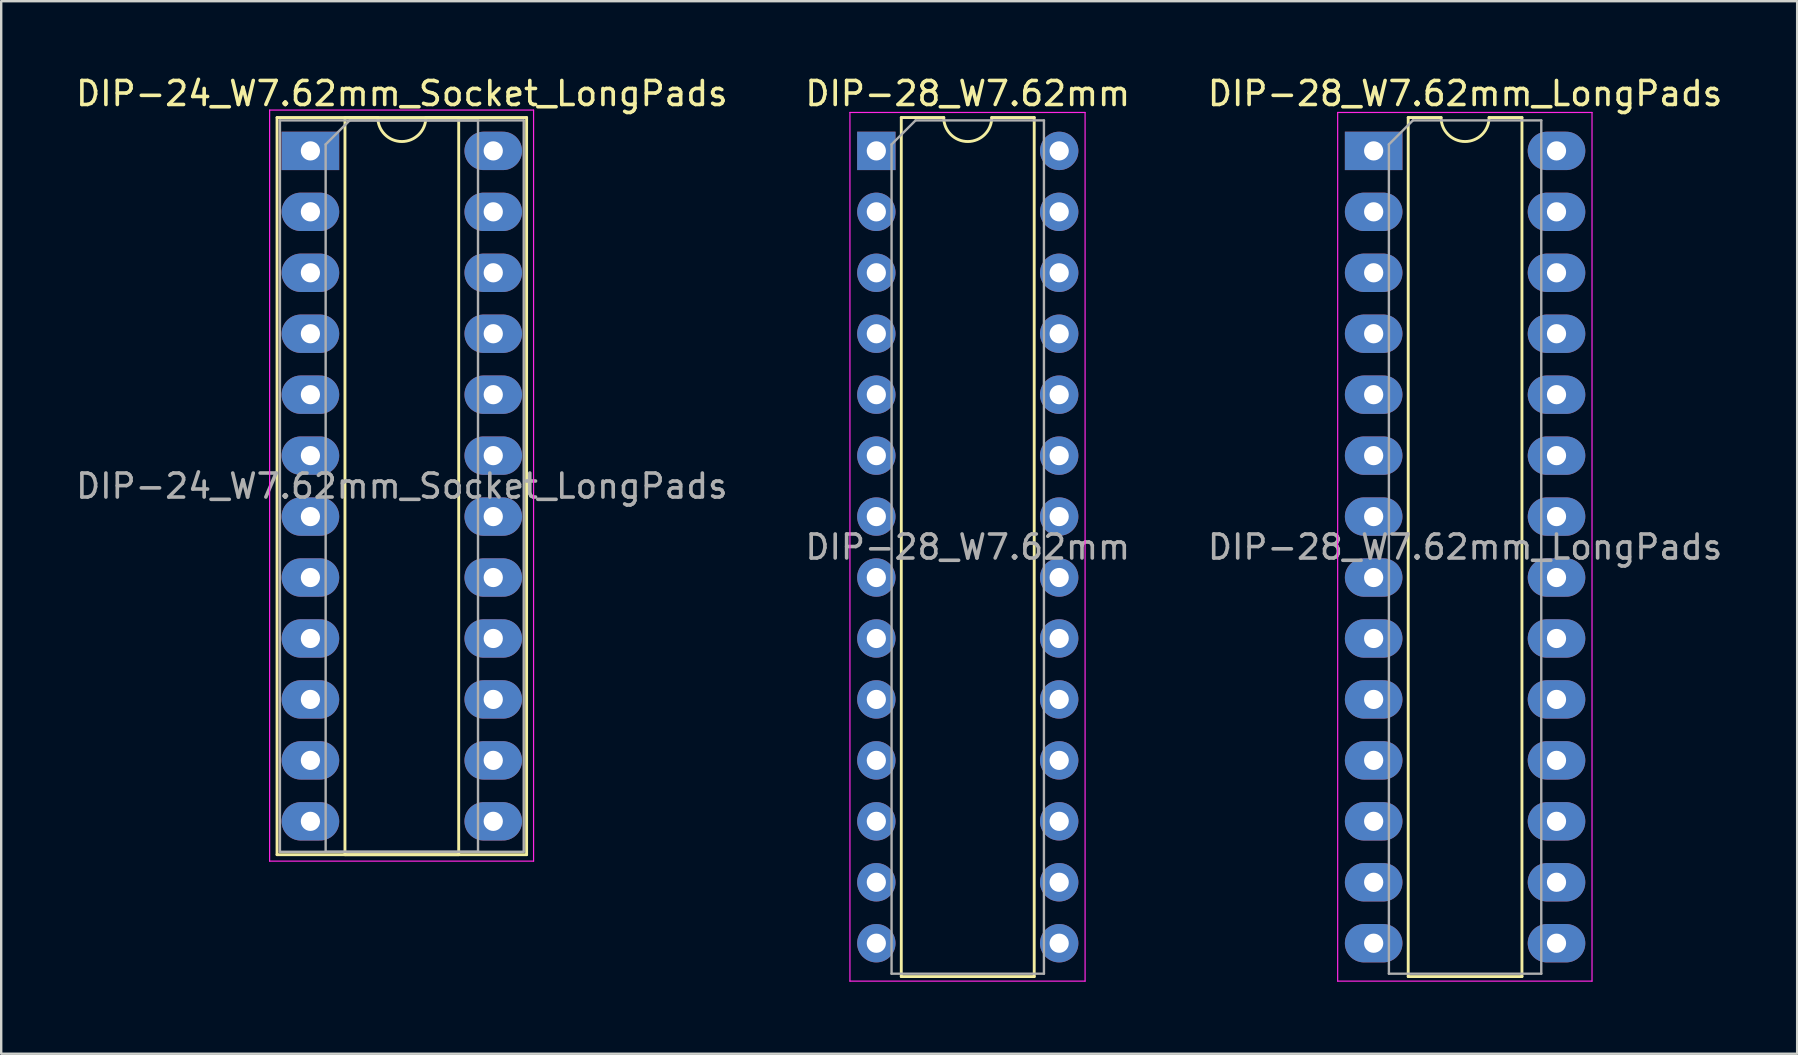
<source format=kicad_pcb>
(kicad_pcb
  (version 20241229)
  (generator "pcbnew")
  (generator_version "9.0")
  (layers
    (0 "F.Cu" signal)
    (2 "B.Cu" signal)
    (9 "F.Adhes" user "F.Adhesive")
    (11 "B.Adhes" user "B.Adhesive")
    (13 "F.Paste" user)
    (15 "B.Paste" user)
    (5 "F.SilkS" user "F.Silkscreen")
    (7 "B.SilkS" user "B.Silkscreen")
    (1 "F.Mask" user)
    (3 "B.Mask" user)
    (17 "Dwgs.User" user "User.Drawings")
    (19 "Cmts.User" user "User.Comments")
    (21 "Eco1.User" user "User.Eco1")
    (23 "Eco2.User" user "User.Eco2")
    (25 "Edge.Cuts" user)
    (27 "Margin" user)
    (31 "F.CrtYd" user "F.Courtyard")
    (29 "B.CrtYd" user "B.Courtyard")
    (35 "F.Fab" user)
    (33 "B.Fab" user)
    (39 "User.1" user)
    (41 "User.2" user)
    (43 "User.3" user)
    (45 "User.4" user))
  (footprint "DIP-28_W7.62mm"
    (layer "F.Cu")
    (at 33.47 3.238)
    (property "Reference" "DIP-28_W7.62mm" (at 3.81 -2.39 0) (layer "F.SilkS") (effects (font (size 1 1) (thickness 0.15))))
    (attr through_hole)
    (fp_line (start 1.04 -1.39) (end 1.04 34.41) (stroke (width 0.12) (type solid)) (layer "F.SilkS"))
    (fp_line (start 1.04 34.41) (end 6.58 34.41) (stroke (width 0.12) (type solid)) (layer "F.SilkS"))
    (fp_line (start 2.81 -1.39) (end 1.04 -1.39) (stroke (width 0.12) (type solid)) (layer "F.SilkS"))
    (fp_line (start 6.58 -1.39) (end 4.81 -1.39) (stroke (width 0.12) (type solid)) (layer "F.SilkS"))
    (fp_line (start 6.58 34.41) (end 6.58 -1.39) (stroke (width 0.12) (type solid)) (layer "F.SilkS"))
    (fp_arc (start 4.81 -1.39) (mid 3.81 -0.39) (end 2.81 -1.39) (stroke (width 0.12) (type solid)) (layer "F.SilkS"))
    (fp_line (start -1.1 -1.6) (end -1.1 34.6) (stroke (width 0.05) (type solid)) (layer "F.CrtYd"))
    (fp_line (start -1.1 34.6) (end 8.7 34.6) (stroke (width 0.05) (type solid)) (layer "F.CrtYd"))
    (fp_line (start 8.7 -1.6) (end -1.1 -1.6) (stroke (width 0.05) (type solid)) (layer "F.CrtYd"))
    (fp_line (start 8.7 34.6) (end 8.7 -1.6) (stroke (width 0.05) (type solid)) (layer "F.CrtYd"))
    (fp_line (start 0.635 -0.27) (end 1.635 -1.27) (stroke (width 0.1) (type solid)) (layer "F.Fab"))
    (fp_line (start 0.635 34.29) (end 0.635 -0.27) (stroke (width 0.1) (type solid)) (layer "F.Fab"))
    (fp_line (start 1.635 -1.27) (end 6.985 -1.27) (stroke (width 0.1) (type solid)) (layer "F.Fab"))
    (fp_line (start 6.985 -1.27) (end 6.985 34.29) (stroke (width 0.1) (type solid)) (layer "F.Fab"))
    (fp_line (start 6.985 34.29) (end 0.635 34.29) (stroke (width 0.1) (type solid)) (layer "F.Fab"))
    (fp_text user "${REFERENCE}" (at 3.81 16.51 0) (layer "F.Fab") (effects (font (size 1 1) (thickness 0.15))))
    (pad "1" thru_hole rect (at 0 0) (size 1.6 1.6) (drill 0.8) (layers "*.Cu" "*.Mask"))
    (pad "2" thru_hole oval (at 0 2.54) (size 1.6 1.6) (drill 0.8) (layers "*.Cu" "*.Mask"))
    (pad "3" thru_hole oval (at 0 5.08) (size 1.6 1.6) (drill 0.8) (layers "*.Cu" "*.Mask"))
    (pad "4" thru_hole oval (at 0 7.62) (size 1.6 1.6) (drill 0.8) (layers "*.Cu" "*.Mask"))
    (pad "5" thru_hole oval (at 0 10.16) (size 1.6 1.6) (drill 0.8) (layers "*.Cu" "*.Mask"))
    (pad "6" thru_hole oval (at 0 12.7) (size 1.6 1.6) (drill 0.8) (layers "*.Cu" "*.Mask"))
    (pad "7" thru_hole oval (at 0 15.24) (size 1.6 1.6) (drill 0.8) (layers "*.Cu" "*.Mask"))
    (pad "8" thru_hole oval (at 0 17.78) (size 1.6 1.6) (drill 0.8) (layers "*.Cu" "*.Mask"))
    (pad "9" thru_hole oval (at 0 20.32) (size 1.6 1.6) (drill 0.8) (layers "*.Cu" "*.Mask"))
    (pad "10" thru_hole oval (at 0 22.86) (size 1.6 1.6) (drill 0.8) (layers "*.Cu" "*.Mask"))
    (pad "11" thru_hole oval (at 0 25.4) (size 1.6 1.6) (drill 0.8) (layers "*.Cu" "*.Mask"))
    (pad "12" thru_hole oval (at 0 27.94) (size 1.6 1.6) (drill 0.8) (layers "*.Cu" "*.Mask"))
    (pad "13" thru_hole oval (at 0 30.48) (size 1.6 1.6) (drill 0.8) (layers "*.Cu" "*.Mask"))
    (pad "14" thru_hole oval (at 0 33.02) (size 1.6 1.6) (drill 0.8) (layers "*.Cu" "*.Mask"))
    (pad "15" thru_hole oval (at 7.62 33.02) (size 1.6 1.6) (drill 0.8) (layers "*.Cu" "*.Mask"))
    (pad "16" thru_hole oval (at 7.62 30.48) (size 1.6 1.6) (drill 0.8) (layers "*.Cu" "*.Mask"))
    (pad "17" thru_hole oval (at 7.62 27.94) (size 1.6 1.6) (drill 0.8) (layers "*.Cu" "*.Mask"))
    (pad "18" thru_hole oval (at 7.62 25.4) (size 1.6 1.6) (drill 0.8) (layers "*.Cu" "*.Mask"))
    (pad "19" thru_hole oval (at 7.62 22.86) (size 1.6 1.6) (drill 0.8) (layers "*.Cu" "*.Mask"))
    (pad "20" thru_hole oval (at 7.62 20.32) (size 1.6 1.6) (drill 0.8) (layers "*.Cu" "*.Mask"))
    (pad "21" thru_hole oval (at 7.62 17.78) (size 1.6 1.6) (drill 0.8) (layers "*.Cu" "*.Mask"))
    (pad "22" thru_hole oval (at 7.62 15.24) (size 1.6 1.6) (drill 0.8) (layers "*.Cu" "*.Mask"))
    (pad "23" thru_hole oval (at 7.62 12.7) (size 1.6 1.6) (drill 0.8) (layers "*.Cu" "*.Mask"))
    (pad "24" thru_hole oval (at 7.62 10.16) (size 1.6 1.6) (drill 0.8) (layers "*.Cu" "*.Mask"))
    (pad "25" thru_hole oval (at 7.62 7.62) (size 1.6 1.6) (drill 0.8) (layers "*.Cu" "*.Mask"))
    (pad "26" thru_hole oval (at 7.62 5.08) (size 1.6 1.6) (drill 0.8) (layers "*.Cu" "*.Mask"))
    (pad "27" thru_hole oval (at 7.62 2.54) (size 1.6 1.6) (drill 0.8) (layers "*.Cu" "*.Mask"))
    (pad "28" thru_hole oval (at 7.62 0) (size 1.6 1.6) (drill 0.8) (layers "*.Cu" "*.Mask")))
  (footprint "DIP-28_W7.62mm_LongPads"
    (layer "F.Cu")
    (at 54.196 3.238)
    (property "Reference" "DIP-28_W7.62mm_LongPads" (at 3.81 -2.39 0) (layer "F.SilkS") (effects (font (size 1 1) (thickness 0.15))))
    (attr through_hole)
    (fp_line (start 1.44 -1.39) (end 1.44 34.41) (stroke (width 0.12) (type solid)) (layer "F.SilkS"))
    (fp_line (start 1.44 34.41) (end 6.18 34.41) (stroke (width 0.12) (type solid)) (layer "F.SilkS"))
    (fp_line (start 2.81 -1.39) (end 1.44 -1.39) (stroke (width 0.12) (type solid)) (layer "F.SilkS"))
    (fp_line (start 6.18 -1.39) (end 4.81 -1.39) (stroke (width 0.12) (type solid)) (layer "F.SilkS"))
    (fp_line (start 6.18 34.41) (end 6.18 -1.39) (stroke (width 0.12) (type solid)) (layer "F.SilkS"))
    (fp_arc (start 4.81 -1.39) (mid 3.81 -0.39) (end 2.81 -1.39) (stroke (width 0.12) (type solid)) (layer "F.SilkS"))
    (fp_line (start -1.5 -1.6) (end -1.5 34.6) (stroke (width 0.05) (type solid)) (layer "F.CrtYd"))
    (fp_line (start -1.5 34.6) (end 9.1 34.6) (stroke (width 0.05) (type solid)) (layer "F.CrtYd"))
    (fp_line (start 9.1 -1.6) (end -1.5 -1.6) (stroke (width 0.05) (type solid)) (layer "F.CrtYd"))
    (fp_line (start 9.1 34.6) (end 9.1 -1.6) (stroke (width 0.05) (type solid)) (layer "F.CrtYd"))
    (fp_line (start 0.635 -0.27) (end 1.635 -1.27) (stroke (width 0.1) (type solid)) (layer "F.Fab"))
    (fp_line (start 0.635 34.29) (end 0.635 -0.27) (stroke (width 0.1) (type solid)) (layer "F.Fab"))
    (fp_line (start 1.635 -1.27) (end 6.985 -1.27) (stroke (width 0.1) (type solid)) (layer "F.Fab"))
    (fp_line (start 6.985 -1.27) (end 6.985 34.29) (stroke (width 0.1) (type solid)) (layer "F.Fab"))
    (fp_line (start 6.985 34.29) (end 0.635 34.29) (stroke (width 0.1) (type solid)) (layer "F.Fab"))
    (fp_text user "${REFERENCE}" (at 3.81 16.51 0) (layer "F.Fab") (effects (font (size 1 1) (thickness 0.15))))
    (pad "1" thru_hole rect (at 0 0) (size 2.4 1.6) (drill 0.8) (layers "*.Cu" "*.Mask"))
    (pad "2" thru_hole oval (at 0 2.54) (size 2.4 1.6) (drill 0.8) (layers "*.Cu" "*.Mask"))
    (pad "3" thru_hole oval (at 0 5.08) (size 2.4 1.6) (drill 0.8) (layers "*.Cu" "*.Mask"))
    (pad "4" thru_hole oval (at 0 7.62) (size 2.4 1.6) (drill 0.8) (layers "*.Cu" "*.Mask"))
    (pad "5" thru_hole oval (at 0 10.16) (size 2.4 1.6) (drill 0.8) (layers "*.Cu" "*.Mask"))
    (pad "6" thru_hole oval (at 0 12.7) (size 2.4 1.6) (drill 0.8) (layers "*.Cu" "*.Mask"))
    (pad "7" thru_hole oval (at 0 15.24) (size 2.4 1.6) (drill 0.8) (layers "*.Cu" "*.Mask"))
    (pad "8" thru_hole oval (at 0 17.78) (size 2.4 1.6) (drill 0.8) (layers "*.Cu" "*.Mask"))
    (pad "9" thru_hole oval (at 0 20.32) (size 2.4 1.6) (drill 0.8) (layers "*.Cu" "*.Mask"))
    (pad "10" thru_hole oval (at 0 22.86) (size 2.4 1.6) (drill 0.8) (layers "*.Cu" "*.Mask"))
    (pad "11" thru_hole oval (at 0 25.4) (size 2.4 1.6) (drill 0.8) (layers "*.Cu" "*.Mask"))
    (pad "12" thru_hole oval (at 0 27.94) (size 2.4 1.6) (drill 0.8) (layers "*.Cu" "*.Mask"))
    (pad "13" thru_hole oval (at 0 30.48) (size 2.4 1.6) (drill 0.8) (layers "*.Cu" "*.Mask"))
    (pad "14" thru_hole oval (at 0 33.02) (size 2.4 1.6) (drill 0.8) (layers "*.Cu" "*.Mask"))
    (pad "15" thru_hole oval (at 7.62 33.02) (size 2.4 1.6) (drill 0.8) (layers "*.Cu" "*.Mask"))
    (pad "16" thru_hole oval (at 7.62 30.48) (size 2.4 1.6) (drill 0.8) (layers "*.Cu" "*.Mask"))
    (pad "17" thru_hole oval (at 7.62 27.94) (size 2.4 1.6) (drill 0.8) (layers "*.Cu" "*.Mask"))
    (pad "18" thru_hole oval (at 7.62 25.4) (size 2.4 1.6) (drill 0.8) (layers "*.Cu" "*.Mask"))
    (pad "19" thru_hole oval (at 7.62 22.86) (size 2.4 1.6) (drill 0.8) (layers "*.Cu" "*.Mask"))
    (pad "20" thru_hole oval (at 7.62 20.32) (size 2.4 1.6) (drill 0.8) (layers "*.Cu" "*.Mask"))
    (pad "21" thru_hole oval (at 7.62 17.78) (size 2.4 1.6) (drill 0.8) (layers "*.Cu" "*.Mask"))
    (pad "22" thru_hole oval (at 7.62 15.24) (size 2.4 1.6) (drill 0.8) (layers "*.Cu" "*.Mask"))
    (pad "23" thru_hole oval (at 7.62 12.7) (size 2.4 1.6) (drill 0.8) (layers "*.Cu" "*.Mask"))
    (pad "24" thru_hole oval (at 7.62 10.16) (size 2.4 1.6) (drill 0.8) (layers "*.Cu" "*.Mask"))
    (pad "25" thru_hole oval (at 7.62 7.62) (size 2.4 1.6) (drill 0.8) (layers "*.Cu" "*.Mask"))
    (pad "26" thru_hole oval (at 7.62 5.08) (size 2.4 1.6) (drill 0.8) (layers "*.Cu" "*.Mask"))
    (pad "27" thru_hole oval (at 7.62 2.54) (size 2.4 1.6) (drill 0.8) (layers "*.Cu" "*.Mask"))
    (pad "28" thru_hole oval (at 7.62 0) (size 2.4 1.6) (drill 0.8) (layers "*.Cu" "*.Mask")))
  (footprint "DIP-24_W7.62mm_Socket_LongPads"
    (layer "F.Cu")
    (at 9.886 3.238)
    (property "Reference" "DIP-24_W7.62mm_Socket_LongPads" (at 3.81 -2.39 0) (layer "F.SilkS") (effects (font (size 1 1) (thickness 0.15))))
    (attr through_hole)
    (fp_line (start -1.39 -1.39) (end -1.39 29.33) (stroke (width 0.12) (type solid)) (layer "F.SilkS"))
    (fp_line (start -1.39 29.33) (end 9.01 29.33) (stroke (width 0.12) (type solid)) (layer "F.SilkS"))
    (fp_line (start 1.44 -1.39) (end 1.44 29.33) (stroke (width 0.12) (type solid)) (layer "F.SilkS"))
    (fp_line (start 1.44 29.33) (end 6.18 29.33) (stroke (width 0.12) (type solid)) (layer "F.SilkS"))
    (fp_line (start 2.81 -1.39) (end 1.44 -1.39) (stroke (width 0.12) (type solid)) (layer "F.SilkS"))
    (fp_line (start 6.18 -1.39) (end 4.81 -1.39) (stroke (width 0.12) (type solid)) (layer "F.SilkS"))
    (fp_line (start 6.18 29.33) (end 6.18 -1.39) (stroke (width 0.12) (type solid)) (layer "F.SilkS"))
    (fp_line (start 9.01 -1.39) (end -1.39 -1.39) (stroke (width 0.12) (type solid)) (layer "F.SilkS"))
    (fp_line (start 9.01 29.33) (end 9.01 -1.39) (stroke (width 0.12) (type solid)) (layer "F.SilkS"))
    (fp_arc (start 4.81 -1.39) (mid 3.81 -0.39) (end 2.81 -1.39) (stroke (width 0.12) (type solid)) (layer "F.SilkS"))
    (fp_line (start -1.7 -1.7) (end -1.7 29.6) (stroke (width 0.05) (type solid)) (layer "F.CrtYd"))
    (fp_line (start -1.7 29.6) (end 9.3 29.6) (stroke (width 0.05) (type solid)) (layer "F.CrtYd"))
    (fp_line (start 9.3 -1.7) (end -1.7 -1.7) (stroke (width 0.05) (type solid)) (layer "F.CrtYd"))
    (fp_line (start 9.3 29.6) (end 9.3 -1.7) (stroke (width 0.05) (type solid)) (layer "F.CrtYd"))
    (fp_line (start -1.27 -1.27) (end -1.27 29.21) (stroke (width 0.1) (type solid)) (layer "F.Fab"))
    (fp_line (start -1.27 29.21) (end 8.89 29.21) (stroke (width 0.1) (type solid)) (layer "F.Fab"))
    (fp_line (start 0.635 -0.27) (end 1.635 -1.27) (stroke (width 0.1) (type solid)) (layer "F.Fab"))
    (fp_line (start 0.635 29.21) (end 0.635 -0.27) (stroke (width 0.1) (type solid)) (layer "F.Fab"))
    (fp_line (start 1.635 -1.27) (end 6.985 -1.27) (stroke (width 0.1) (type solid)) (layer "F.Fab"))
    (fp_line (start 6.985 -1.27) (end 6.985 29.21) (stroke (width 0.1) (type solid)) (layer "F.Fab"))
    (fp_line (start 6.985 29.21) (end 0.635 29.21) (stroke (width 0.1) (type solid)) (layer "F.Fab"))
    (fp_line (start 8.89 -1.27) (end -1.27 -1.27) (stroke (width 0.1) (type solid)) (layer "F.Fab"))
    (fp_line (start 8.89 29.21) (end 8.89 -1.27) (stroke (width 0.1) (type solid)) (layer "F.Fab"))
    (fp_text user "${REFERENCE}" (at 3.81 13.97 0) (layer "F.Fab") (effects (font (size 1 1) (thickness 0.15))))
    (pad "1" thru_hole rect (at 0 0) (size 2.4 1.6) (drill 0.8) (layers "*.Cu" "*.Mask"))
    (pad "2" thru_hole oval (at 0 2.54) (size 2.4 1.6) (drill 0.8) (layers "*.Cu" "*.Mask"))
    (pad "3" thru_hole oval (at 0 5.08) (size 2.4 1.6) (drill 0.8) (layers "*.Cu" "*.Mask"))
    (pad "4" thru_hole oval (at 0 7.62) (size 2.4 1.6) (drill 0.8) (layers "*.Cu" "*.Mask"))
    (pad "5" thru_hole oval (at 0 10.16) (size 2.4 1.6) (drill 0.8) (layers "*.Cu" "*.Mask"))
    (pad "6" thru_hole oval (at 0 12.7) (size 2.4 1.6) (drill 0.8) (layers "*.Cu" "*.Mask"))
    (pad "7" thru_hole oval (at 0 15.24) (size 2.4 1.6) (drill 0.8) (layers "*.Cu" "*.Mask"))
    (pad "8" thru_hole oval (at 0 17.78) (size 2.4 1.6) (drill 0.8) (layers "*.Cu" "*.Mask"))
    (pad "9" thru_hole oval (at 0 20.32) (size 2.4 1.6) (drill 0.8) (layers "*.Cu" "*.Mask"))
    (pad "10" thru_hole oval (at 0 22.86) (size 2.4 1.6) (drill 0.8) (layers "*.Cu" "*.Mask"))
    (pad "11" thru_hole oval (at 0 25.4) (size 2.4 1.6) (drill 0.8) (layers "*.Cu" "*.Mask"))
    (pad "12" thru_hole oval (at 0 27.94) (size 2.4 1.6) (drill 0.8) (layers "*.Cu" "*.Mask"))
    (pad "13" thru_hole oval (at 7.62 27.94) (size 2.4 1.6) (drill 0.8) (layers "*.Cu" "*.Mask"))
    (pad "14" thru_hole oval (at 7.62 25.4) (size 2.4 1.6) (drill 0.8) (layers "*.Cu" "*.Mask"))
    (pad "15" thru_hole oval (at 7.62 22.86) (size 2.4 1.6) (drill 0.8) (layers "*.Cu" "*.Mask"))
    (pad "16" thru_hole oval (at 7.62 20.32) (size 2.4 1.6) (drill 0.8) (layers "*.Cu" "*.Mask"))
    (pad "17" thru_hole oval (at 7.62 17.78) (size 2.4 1.6) (drill 0.8) (layers "*.Cu" "*.Mask"))
    (pad "18" thru_hole oval (at 7.62 15.24) (size 2.4 1.6) (drill 0.8) (layers "*.Cu" "*.Mask"))
    (pad "19" thru_hole oval (at 7.62 12.7) (size 2.4 1.6) (drill 0.8) (layers "*.Cu" "*.Mask"))
    (pad "20" thru_hole oval (at 7.62 10.16) (size 2.4 1.6) (drill 0.8) (layers "*.Cu" "*.Mask"))
    (pad "21" thru_hole oval (at 7.62 7.62) (size 2.4 1.6) (drill 0.8) (layers "*.Cu" "*.Mask"))
    (pad "22" thru_hole oval (at 7.62 5.08) (size 2.4 1.6) (drill 0.8) (layers "*.Cu" "*.Mask"))
    (pad "23" thru_hole oval (at 7.62 2.54) (size 2.4 1.6) (drill 0.8) (layers "*.Cu" "*.Mask"))
    (pad "24" thru_hole oval (at 7.62 0) (size 2.4 1.6) (drill 0.8) (layers "*.Cu" "*.Mask")))
  (gr_rect
    (start -3 -3)
    (end 71.845 40.863)
    (stroke (width 0.1) (type default))
    (fill no)
    (layer "Edge.Cuts")))
</source>
